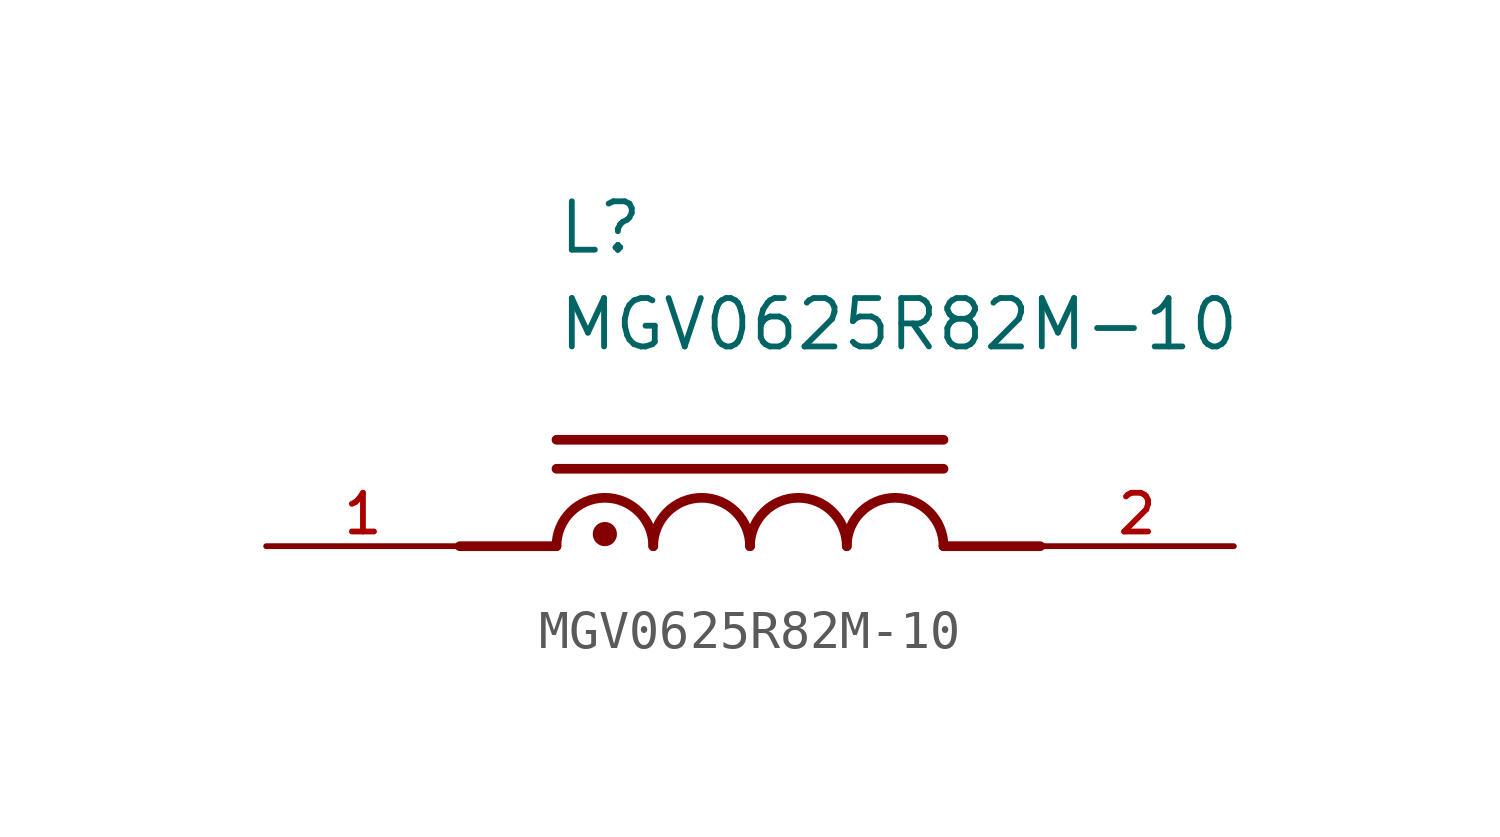
<source format=kicad_sym>
(kicad_symbol_lib
  (version 20211014)
  (generator kicad_symbol_editor)
  (symbol "MGV0625R82M-10"
    (pin_names
      (offset 1.016))
    (property "Reference" "L"
      (at -5.08 7.62 0)
      (effects (font (size 1.27 1.27)) (justify bottom left)))
    (property "Value" "MGV0625R82M-10"
      (at -5.08 5.08 0)
      (effects (font (size 1.27 1.27)) (justify bottom left)))
    (symbol "MGV0625R82M-10_0_0"
      (polyline (pts (xy -5.08 0.0) (xy -7.62 0.0)) (stroke (width 0.254)))
      (polyline (pts (xy 5.08 0.0) (xy 7.62 0.0)) (stroke (width 0.254)))
      (arc (start -2.54 0.0) (mid -3.81 1.27) (end -5.08 0.0) (stroke (width 0.254) (type default) (color 0 0 0 0)) (fill (type none)))
      (arc (start 0.0 0.0) (mid -1.27 1.27) (end -2.54 0.0) (stroke (width 0.254) (type default) (color 0 0 0 0)) (fill (type none)))
      (arc (start 2.54 0.0) (mid 1.27 1.27) (end 0.0 0.0) (stroke (width 0.254) (type default) (color 0 0 0 0)) (fill (type none)))
      (arc (start 5.08 0.0) (mid 3.81 1.27) (end 2.54 0.0) (stroke (width 0.254) (type default) (color 0 0 0 0)) (fill (type none)))
      (circle (center -3.81 0.318) (radius 0.159) (stroke (width 0.318)) (fill (type none)))
      (polyline (pts (xy -5.08 2.032) (xy 5.08 2.032)) (stroke (width 0.254)))
      (polyline (pts (xy -5.08 2.794) (xy 5.08 2.794)) (stroke (width 0.254)))
      (pin passive line (at -12.7 0.0 0) (length 5.08) (name "~" (effects (font (size 1.016 1.016)))) (number "1" (effects (font (size 1.016 1.016)))))
      (pin passive line (at 12.7 0.0 180.0) (length 5.08) (name "~" (effects (font (size 1.016 1.016)))) (number "2" (effects (font (size 1.016 1.016))))))))
</source>
